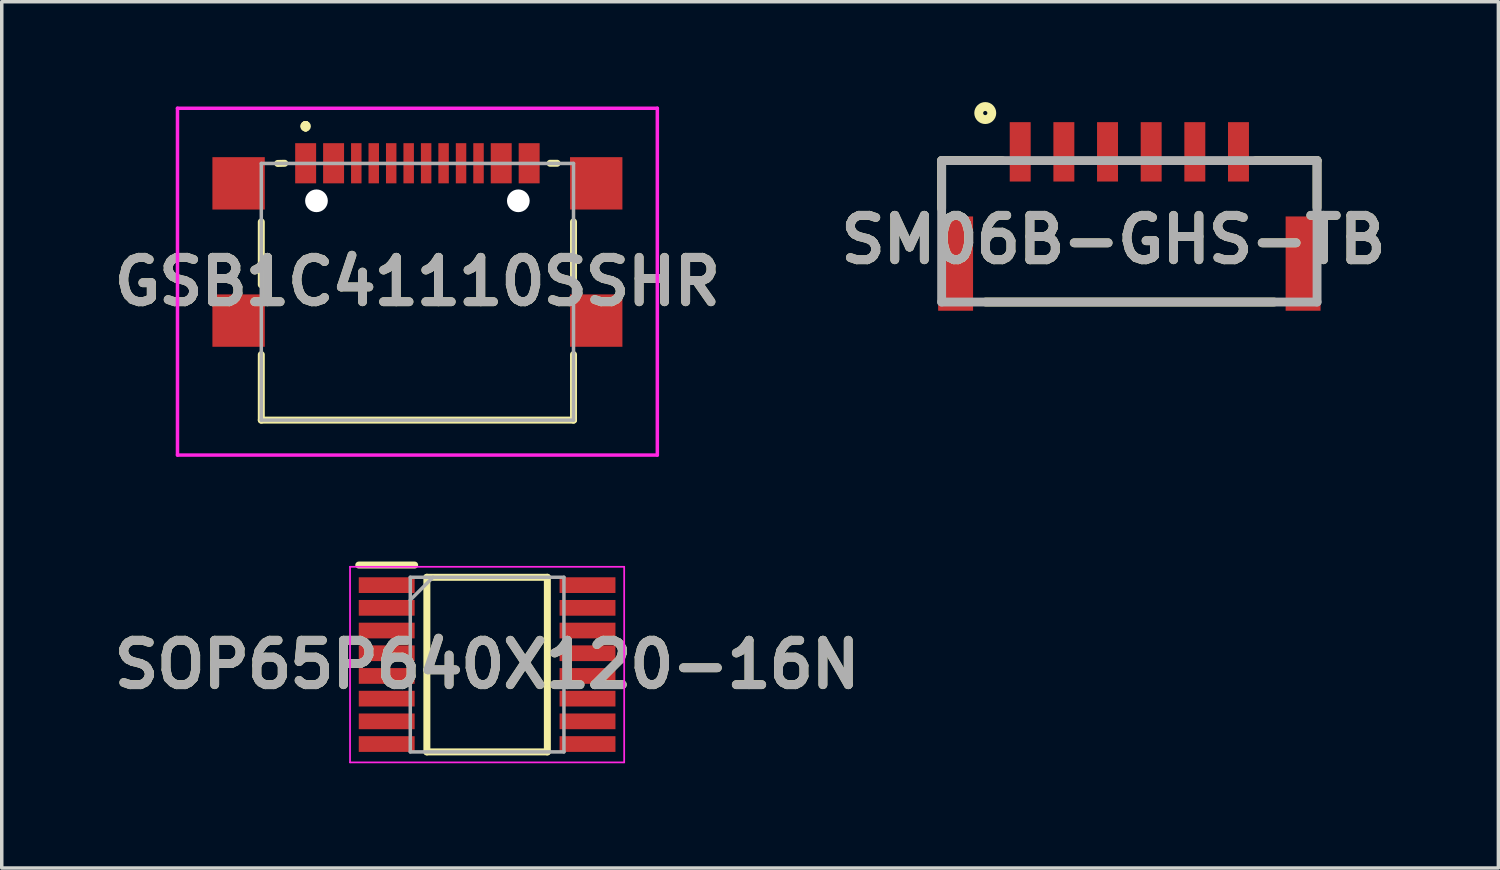
<source format=kicad_pcb>
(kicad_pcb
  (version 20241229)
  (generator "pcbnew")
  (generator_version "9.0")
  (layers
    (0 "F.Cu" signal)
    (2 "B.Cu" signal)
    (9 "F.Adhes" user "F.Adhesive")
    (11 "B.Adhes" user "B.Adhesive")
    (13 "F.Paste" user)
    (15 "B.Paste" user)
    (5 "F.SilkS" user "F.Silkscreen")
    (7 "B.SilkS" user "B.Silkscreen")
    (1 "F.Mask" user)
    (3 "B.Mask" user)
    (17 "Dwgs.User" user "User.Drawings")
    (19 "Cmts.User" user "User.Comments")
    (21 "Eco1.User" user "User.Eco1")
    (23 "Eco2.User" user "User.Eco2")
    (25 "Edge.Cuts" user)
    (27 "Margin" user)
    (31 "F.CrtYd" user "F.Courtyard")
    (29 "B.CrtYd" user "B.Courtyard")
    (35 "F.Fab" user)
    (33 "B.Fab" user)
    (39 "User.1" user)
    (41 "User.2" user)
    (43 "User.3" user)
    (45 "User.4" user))
  (footprint "SM06B-GHS-TB"
    (layer "F.Cu")
    (at 23.913 5.598)
    (property "Reference" "SM06B-GHS-TB" (at 4.917 -1.786 0) (layer "F.SilkS") (effects (font (size 1.27 1.27) (thickness 0.254))))
    (attr smd)
    (fp_line (start 0 -4.05) (end 0 -2.678) (stroke (width 0.254) (type solid)) (layer "F.SilkS"))
    (fp_line (start 0 -4.05) (end 1.731 -4.05) (stroke (width 0.254) (type solid)) (layer "F.SilkS"))
    (fp_line (start 1.263 0) (end 9.519 0) (stroke (width 0.254) (type solid)) (layer "F.SilkS"))
    (fp_line (start 10.75 -4.05) (end 8.995 -4.05) (stroke (width 0.254) (type solid)) (layer "F.SilkS"))
    (fp_line (start 10.75 -4.05) (end 10.75 -2.706) (stroke (width 0.254) (type solid)) (layer "F.SilkS"))
    (fp_circle (center 1.249 -5.411) (end 1.249 -5.351) (stroke (width 0.254) (type solid)) (fill no) (layer "F.SilkS"))
    (fp_line (start 0 -4.05) (end 10.75 -4.05) (stroke (width 0.254) (type solid)) (layer "F.Fab"))
    (fp_line (start 0 0) (end 0 -4.05) (stroke (width 0.254) (type solid)) (layer "F.Fab"))
    (fp_line (start 10.75 -4.05) (end 10.75 0) (stroke (width 0.254) (type solid)) (layer "F.Fab"))
    (fp_line (start 10.75 0) (end 0 0) (stroke (width 0.254) (type solid)) (layer "F.Fab"))
    (fp_text user "${REFERENCE}" (at 4.917 -1.786 0) (layer "F.Fab") (effects (font (size 1.27 1.27) (thickness 0.254))))
    (pad "1" smd rect (at 2.25 -4.3) (size 0.6 1.7) (layers "F.Cu" "F.Mask" "F.Paste"))
    (pad "2" smd rect (at 3.5 -4.3) (size 0.6 1.7) (layers "F.Cu" "F.Mask" "F.Paste"))
    (pad "3" smd rect (at 4.75 -4.3) (size 0.6 1.7) (layers "F.Cu" "F.Mask" "F.Paste"))
    (pad "4" smd rect (at 6 -4.3) (size 0.6 1.7) (layers "F.Cu" "F.Mask" "F.Paste"))
    (pad "5" smd rect (at 7.25 -4.3) (size 0.6 1.7) (layers "F.Cu" "F.Mask" "F.Paste"))
    (pad "6" smd rect (at 8.5 -4.3) (size 0.6 1.7) (layers "F.Cu" "F.Mask" "F.Paste"))
    (pad "7" smd rect (at 0.4 -1.1) (size 1 2.7) (layers "F.Cu" "F.Mask" "F.Paste"))
    (pad "8" smd rect (at 10.35 -1.1) (size 1 2.7) (layers "F.Cu" "F.Mask" "F.Paste")))
  (footprint "SOP65P640X120-16N"
    (layer "F.Cu")
    (at 10.898 15.98)
    (property "Reference" "SOP65P640X120-16N" (at 0 0 0) (layer "F.SilkS") (effects (font (size 1.27 1.27) (thickness 0.254))))
    (attr smd)
    (fp_line (start -3.675 -2.85) (end -2.075 -2.85) (stroke (width 0.2) (type solid)) (layer "F.SilkS"))
    (fp_line (start -1.725 -2.5) (end 1.725 -2.5) (stroke (width 0.2) (type solid)) (layer "F.SilkS"))
    (fp_line (start -1.725 2.5) (end -1.725 -2.5) (stroke (width 0.2) (type solid)) (layer "F.SilkS"))
    (fp_line (start 1.725 -2.5) (end 1.725 2.5) (stroke (width 0.2) (type solid)) (layer "F.SilkS"))
    (fp_line (start 1.725 2.5) (end -1.725 2.5) (stroke (width 0.2) (type solid)) (layer "F.SilkS"))
    (fp_line (start -3.925 -2.8) (end 3.925 -2.8) (stroke (width 0.05) (type solid)) (layer "F.CrtYd"))
    (fp_line (start -3.925 2.8) (end -3.925 -2.8) (stroke (width 0.05) (type solid)) (layer "F.CrtYd"))
    (fp_line (start 3.925 -2.8) (end 3.925 2.8) (stroke (width 0.05) (type solid)) (layer "F.CrtYd"))
    (fp_line (start 3.925 2.8) (end -3.925 2.8) (stroke (width 0.05) (type solid)) (layer "F.CrtYd"))
    (fp_line (start -2.2 -2.5) (end 2.2 -2.5) (stroke (width 0.1) (type solid)) (layer "F.Fab"))
    (fp_line (start -2.2 -1.85) (end -1.55 -2.5) (stroke (width 0.1) (type solid)) (layer "F.Fab"))
    (fp_line (start -2.2 2.5) (end -2.2 -2.5) (stroke (width 0.1) (type solid)) (layer "F.Fab"))
    (fp_line (start 2.2 -2.5) (end 2.2 2.5) (stroke (width 0.1) (type solid)) (layer "F.Fab"))
    (fp_line (start 2.2 2.5) (end -2.2 2.5) (stroke (width 0.1) (type solid)) (layer "F.Fab"))
    (fp_text user "${REFERENCE}" (at 0 0 0) (layer "F.Fab") (effects (font (size 1.27 1.27) (thickness 0.254))))
    (pad "1" smd rect (at -2.875 -2.275 90) (size 0.45 1.6) (layers "F.Cu" "F.Mask" "F.Paste"))
    (pad "2" smd rect (at -2.875 -1.625 90) (size 0.45 1.6) (layers "F.Cu" "F.Mask" "F.Paste"))
    (pad "3" smd rect (at -2.875 -0.975 90) (size 0.45 1.6) (layers "F.Cu" "F.Mask" "F.Paste"))
    (pad "4" smd rect (at -2.875 -0.325 90) (size 0.45 1.6) (layers "F.Cu" "F.Mask" "F.Paste"))
    (pad "5" smd rect (at -2.875 0.325 90) (size 0.45 1.6) (layers "F.Cu" "F.Mask" "F.Paste"))
    (pad "6" smd rect (at -2.875 0.975 90) (size 0.45 1.6) (layers "F.Cu" "F.Mask" "F.Paste"))
    (pad "7" smd rect (at -2.875 1.625 90) (size 0.45 1.6) (layers "F.Cu" "F.Mask" "F.Paste"))
    (pad "8" smd rect (at -2.875 2.275 90) (size 0.45 1.6) (layers "F.Cu" "F.Mask" "F.Paste"))
    (pad "9" smd rect (at 2.875 2.275 90) (size 0.45 1.6) (layers "F.Cu" "F.Mask" "F.Paste"))
    (pad "10" smd rect (at 2.875 1.625 90) (size 0.45 1.6) (layers "F.Cu" "F.Mask" "F.Paste"))
    (pad "11" smd rect (at 2.875 0.975 90) (size 0.45 1.6) (layers "F.Cu" "F.Mask" "F.Paste"))
    (pad "12" smd rect (at 2.875 0.325 90) (size 0.45 1.6) (layers "F.Cu" "F.Mask" "F.Paste"))
    (pad "13" smd rect (at 2.875 -0.325 90) (size 0.45 1.6) (layers "F.Cu" "F.Mask" "F.Paste"))
    (pad "14" smd rect (at 2.875 -0.975 90) (size 0.45 1.6) (layers "F.Cu" "F.Mask" "F.Paste"))
    (pad "15" smd rect (at 2.875 -1.625 90) (size 0.45 1.6) (layers "F.Cu" "F.Mask" "F.Paste"))
    (pad "16" smd rect (at 2.875 -2.275 90) (size 0.45 1.6) (layers "F.Cu" "F.Mask" "F.Paste")))
  (footprint "GSB1C41110SSHR"
    (layer "F.Cu")
    (at 8.902 5.015)
    (property "Reference" "GSB1C41110SSHR" (at 0 0 0) (layer "F.SilkS") (effects (font (size 1.27 1.27) (thickness 0.254))))
    (attr through_hole)
    (fp_line (start -4.47 -1.712) (end -4.47 0.088) (stroke (width 0.2) (type solid)) (layer "F.SilkS"))
    (fp_line (start -4.47 2.088) (end -4.47 3.965) (stroke (width 0.2) (type solid)) (layer "F.SilkS"))
    (fp_line (start -4.47 3.965) (end 4.47 3.965) (stroke (width 0.2) (type solid)) (layer "F.SilkS"))
    (fp_line (start -4 -3.385) (end -3.8 -3.39) (stroke (width 0.2) (type solid)) (layer "F.SilkS"))
    (fp_line (start -3.2 -4.5) (end -3.2 -4.5) (stroke (width 0.2) (type solid)) (layer "F.SilkS"))
    (fp_line (start -3.2 -4.5) (end -3.2 -4.5) (stroke (width 0.2) (type solid)) (layer "F.SilkS"))
    (fp_line (start -3.2 -4.4) (end -3.2 -4.4) (stroke (width 0.2) (type solid)) (layer "F.SilkS"))
    (fp_line (start 3.8 -3.39) (end 4 -3.39) (stroke (width 0.2) (type solid)) (layer "F.SilkS"))
    (fp_line (start 4.47 0.088) (end 4.47 -1.712) (stroke (width 0.2) (type solid)) (layer "F.SilkS"))
    (fp_line (start 4.47 3.965) (end 4.47 2.088) (stroke (width 0.2) (type solid)) (layer "F.SilkS"))
    (fp_arc (start -3.2 -4.5) (mid -3.15 -4.45) (end -3.2 -4.4) (stroke (width 0.2) (type solid)) (layer "F.SilkS"))
    (fp_arc (start -3.2 -4.4) (mid -3.25 -4.45) (end -3.2 -4.5) (stroke (width 0.2) (type solid)) (layer "F.SilkS"))
    (fp_arc (start -3.2 -4.4) (mid -3.25 -4.45) (end -3.2 -4.5) (stroke (width 0.2) (type solid)) (layer "F.SilkS"))
    (fp_line (start -6.87 -4.965) (end 6.87 -4.965) (stroke (width 0.1) (type solid)) (layer "F.CrtYd"))
    (fp_line (start -6.87 4.965) (end -6.87 -4.965) (stroke (width 0.1) (type solid)) (layer "F.CrtYd"))
    (fp_line (start 6.87 -4.965) (end 6.87 4.965) (stroke (width 0.1) (type solid)) (layer "F.CrtYd"))
    (fp_line (start 6.87 4.965) (end -6.87 4.965) (stroke (width 0.1) (type solid)) (layer "F.CrtYd"))
    (fp_line (start -4.47 -3.385) (end -4.47 3.965) (stroke (width 0.1) (type solid)) (layer "F.Fab"))
    (fp_line (start -4.47 3.965) (end 4.47 3.965) (stroke (width 0.1) (type solid)) (layer "F.Fab"))
    (fp_line (start 4.47 -3.385) (end -4.47 -3.385) (stroke (width 0.1) (type solid)) (layer "F.Fab"))
    (fp_line (start 4.47 3.965) (end 4.47 -3.385) (stroke (width 0.1) (type solid)) (layer "F.Fab"))
    (fp_text user "${REFERENCE}" (at 0 0 0) (layer "F.Fab") (effects (font (size 1.27 1.27) (thickness 0.254))))
    (pad "" np_thru_hole circle (at -2.89 -2.315) (size 0.65 0.65) (drill 0.65) (layers "*.Cu" "*.Mask"))
    (pad "" np_thru_hole circle (at 2.89 -2.315) (size 0.65 0.65) (drill 0.65) (layers "*.Cu" "*.Mask"))
    (pad "A1" smd rect (at -3.2 -3.39) (size 0.6 1.15) (layers "F.Cu" "F.Mask" "F.Paste"))
    (pad "A4" smd rect (at -2.4 -3.39) (size 0.6 1.15) (layers "F.Cu" "F.Mask" "F.Paste"))
    (pad "A5" smd rect (at -1.25 -3.39) (size 0.3 1.15) (layers "F.Cu" "F.Mask" "F.Paste"))
    (pad "A6" smd rect (at -0.25 -3.39) (size 0.3 1.15) (layers "F.Cu" "F.Mask" "F.Paste"))
    (pad "A7" smd rect (at 0.25 -3.39) (size 0.3 1.15) (layers "F.Cu" "F.Mask" "F.Paste"))
    (pad "A8" smd rect (at 1.25 -3.39) (size 0.3 1.15) (layers "F.Cu" "F.Mask" "F.Paste"))
    (pad "A9" smd rect (at 2.4 -3.39) (size 0.6 1.15) (layers "F.Cu" "F.Mask" "F.Paste"))
    (pad "A12" smd rect (at 3.2 -3.39) (size 0.6 1.15) (layers "F.Cu" "F.Mask" "F.Paste"))
    (pad "B5" smd rect (at 1.75 -3.39) (size 0.3 1.15) (layers "F.Cu" "F.Mask" "F.Paste"))
    (pad "B6" smd rect (at 0.75 -3.39) (size 0.3 1.15) (layers "F.Cu" "F.Mask" "F.Paste"))
    (pad "B7" smd rect (at -0.75 -3.39) (size 0.3 1.15) (layers "F.Cu" "F.Mask" "F.Paste"))
    (pad "B8" smd rect (at -1.75 -3.39) (size 0.3 1.15) (layers "F.Cu" "F.Mask" "F.Paste"))
    (pad "MP1" smd rect (at -5.12 -2.815 90) (size 1.5 1.5) (layers "F.Cu" "F.Mask" "F.Paste"))
    (pad "MP2" smd rect (at 5.12 -2.815 90) (size 1.5 1.5) (layers "F.Cu" "F.Mask" "F.Paste"))
    (pad "MP3" smd rect (at -5.12 1.115 90) (size 1.5 1.5) (layers "F.Cu" "F.Mask" "F.Paste"))
    (pad "MP4" smd rect (at 5.12 1.115 90) (size 1.5 1.5) (layers "F.Cu" "F.Mask" "F.Paste")))
  (gr_rect
    (start -3 -3)
    (end 39.855 21.805)
    (stroke (width 0.1) (type default))
    (fill no)
    (layer "Edge.Cuts")))
</source>
